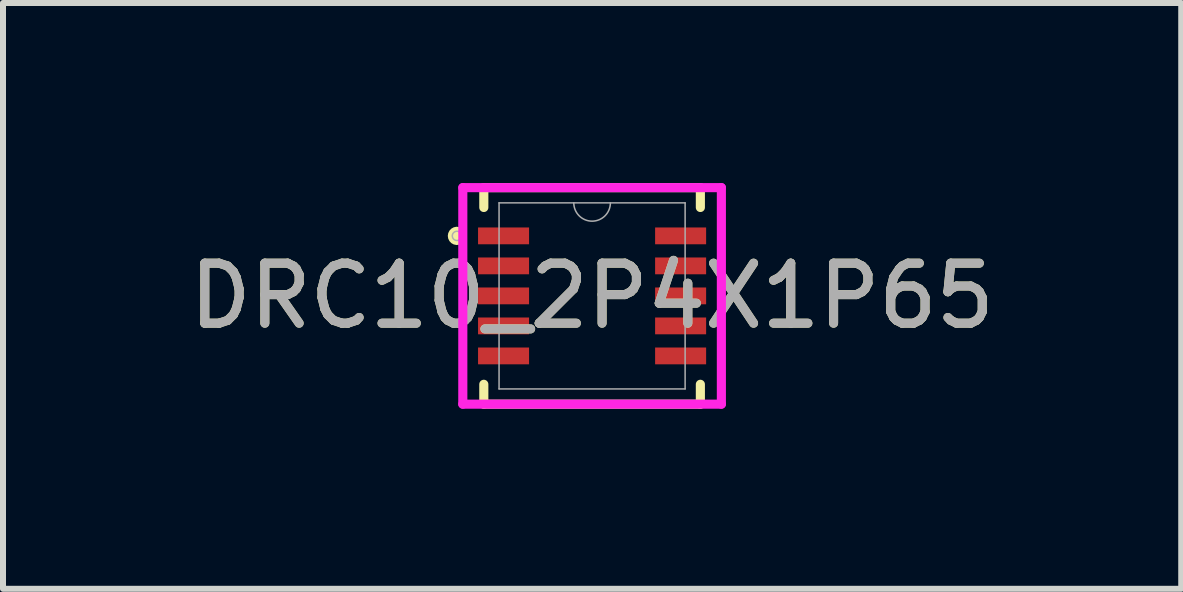
<source format=kicad_pcb>
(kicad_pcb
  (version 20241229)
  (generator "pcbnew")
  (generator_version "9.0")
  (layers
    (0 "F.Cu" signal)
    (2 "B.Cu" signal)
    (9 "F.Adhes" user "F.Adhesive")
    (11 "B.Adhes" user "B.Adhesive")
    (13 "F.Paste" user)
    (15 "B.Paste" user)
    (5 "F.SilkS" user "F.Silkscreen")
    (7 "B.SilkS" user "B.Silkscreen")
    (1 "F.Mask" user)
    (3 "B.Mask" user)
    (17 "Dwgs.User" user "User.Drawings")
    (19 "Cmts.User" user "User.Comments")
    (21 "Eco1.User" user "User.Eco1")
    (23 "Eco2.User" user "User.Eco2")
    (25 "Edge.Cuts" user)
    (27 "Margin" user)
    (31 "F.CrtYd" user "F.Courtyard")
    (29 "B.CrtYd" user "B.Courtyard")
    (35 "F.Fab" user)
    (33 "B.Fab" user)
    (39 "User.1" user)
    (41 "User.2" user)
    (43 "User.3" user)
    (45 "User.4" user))
  (footprint "DRC10_2P4X1P65"
    (layer "F.Cu")
    (at 6.815 1.88)
    (property "Reference" "DRC10_2P4X1P65" (at 0 0 0) (unlocked yes) (layer "F.SilkS") (effects (font (size 1 1) (thickness 0.15))))
    (attr smd)
    (fp_poly (pts (xy -1.935 -1.175) (xy -1.935 -0.825) (xy -1.015 -0.825) (xy -1.015 -1.175)) (stroke (width 0) (type solid)) (fill yes) (layer "F.Mask"))
    (fp_poly (pts (xy -1.935 -0.675) (xy -1.935 -0.325) (xy -1.015 -0.325) (xy -1.015 -0.675)) (stroke (width 0) (type solid)) (fill yes) (layer "F.Mask"))
    (fp_poly (pts (xy -1.935 -0.175) (xy -1.935 0.175) (xy -1.015 0.175) (xy -1.015 -0.175)) (stroke (width 0) (type solid)) (fill yes) (layer "F.Mask"))
    (fp_poly (pts (xy -1.935 0.325) (xy -1.935 0.675) (xy -1.015 0.675) (xy -1.015 0.325)) (stroke (width 0) (type solid)) (fill yes) (layer "F.Mask"))
    (fp_poly (pts (xy -1.935 0.825) (xy -1.935 1.175) (xy -1.015 1.175) (xy -1.015 0.825)) (stroke (width 0) (type solid)) (fill yes) (layer "F.Mask"))
    (fp_poly (pts (xy 1.015 -1.175) (xy 1.015 -0.825) (xy 1.935 -0.825) (xy 1.935 -1.175)) (stroke (width 0) (type solid)) (fill yes) (layer "F.Mask"))
    (fp_poly (pts (xy 1.015 -0.675) (xy 1.015 -0.325) (xy 1.935 -0.325) (xy 1.935 -0.675)) (stroke (width 0) (type solid)) (fill yes) (layer "F.Mask"))
    (fp_poly (pts (xy 1.015 -0.175) (xy 1.015 0.175) (xy 1.935 0.175) (xy 1.935 -0.175)) (stroke (width 0) (type solid)) (fill yes) (layer "F.Mask"))
    (fp_poly (pts (xy 1.015 0.325) (xy 1.015 0.675) (xy 1.935 0.675) (xy 1.935 0.325)) (stroke (width 0) (type solid)) (fill yes) (layer "F.Mask"))
    (fp_poly (pts (xy 1.015 0.825) (xy 1.015 1.175) (xy 1.935 1.175) (xy 1.935 0.825)) (stroke (width 0) (type solid)) (fill yes) (layer "F.Mask"))
    (fp_line (start -1.804 -1.804) (end -1.804 -1.473) (stroke (width 0.152) (type solid)) (layer "F.SilkS"))
    (fp_line (start -1.804 1.473) (end -1.804 1.804) (stroke (width 0.152) (type solid)) (layer "F.SilkS"))
    (fp_line (start -1.804 1.804) (end 1.804 1.804) (stroke (width 0.152) (type solid)) (layer "F.SilkS"))
    (fp_line (start 1.804 -1.804) (end -1.804 -1.804) (stroke (width 0.152) (type solid)) (layer "F.SilkS"))
    (fp_line (start 1.804 -1.473) (end 1.804 -1.804) (stroke (width 0.152) (type solid)) (layer "F.SilkS"))
    (fp_line (start 1.804 1.804) (end 1.804 1.473) (stroke (width 0.152) (type solid)) (layer "F.SilkS"))
    (fp_arc (start -2.232741 -0.926171) (mid -2.3278 -1) (end -2.232741 -1.073829) (stroke (width 0.1524) (type solid)) (layer "F.SilkS"))
    (fp_poly (pts (xy -1.865 -1.105) (xy -1.865 -0.895) (xy -1.085 -0.895) (xy -1.085 -1.105)) (stroke (width 0) (type solid)) (fill yes) (layer "F.Paste"))
    (fp_poly (pts (xy -1.865 -0.605) (xy -1.865 -0.395) (xy -1.085 -0.395) (xy -1.085 -0.605)) (stroke (width 0) (type solid)) (fill yes) (layer "F.Paste"))
    (fp_poly (pts (xy -1.865 -0.105) (xy -1.865 0.105) (xy -1.085 0.105) (xy -1.085 -0.105)) (stroke (width 0) (type solid)) (fill yes) (layer "F.Paste"))
    (fp_poly (pts (xy -1.865 0.395) (xy -1.865 0.605) (xy -1.085 0.605) (xy -1.085 0.395)) (stroke (width 0) (type solid)) (fill yes) (layer "F.Paste"))
    (fp_poly (pts (xy -1.865 0.895) (xy -1.865 1.105) (xy -1.085 1.105) (xy -1.085 0.895)) (stroke (width 0) (type solid)) (fill yes) (layer "F.Paste"))
    (fp_poly (pts (xy 1.085 -1.105) (xy 1.085 -0.895) (xy 1.865 -0.895) (xy 1.865 -1.105)) (stroke (width 0) (type solid)) (fill yes) (layer "F.Paste"))
    (fp_poly (pts (xy 1.085 -0.605) (xy 1.085 -0.395) (xy 1.865 -0.395) (xy 1.865 -0.605)) (stroke (width 0) (type solid)) (fill yes) (layer "F.Paste"))
    (fp_poly (pts (xy 1.085 -0.105) (xy 1.085 0.105) (xy 1.865 0.105) (xy 1.865 -0.105)) (stroke (width 0) (type solid)) (fill yes) (layer "F.Paste"))
    (fp_poly (pts (xy 1.085 0.395) (xy 1.085 0.605) (xy 1.865 0.605) (xy 1.865 0.395)) (stroke (width 0) (type solid)) (fill yes) (layer "F.Paste"))
    (fp_poly (pts (xy 1.085 0.895) (xy 1.085 1.105) (xy 1.865 1.105) (xy 1.865 0.895)) (stroke (width 0) (type solid)) (fill yes) (layer "F.Paste"))
    (fp_line (start -2.154 -1.804) (end 2.154 -1.804) (stroke (width 0.152) (type solid)) (layer "F.CrtYd"))
    (fp_line (start -2.154 1.804) (end -2.154 -1.804) (stroke (width 0.152) (type solid)) (layer "F.CrtYd"))
    (fp_line (start 2.154 -1.804) (end 2.154 1.804) (stroke (width 0.152) (type solid)) (layer "F.CrtYd"))
    (fp_line (start 2.154 1.804) (end -2.154 1.804) (stroke (width 0.152) (type solid)) (layer "F.CrtYd"))
    (fp_line (start -1.55 -1.55) (end -1.55 1.55) (stroke (width 0.025) (type solid)) (layer "F.Fab"))
    (fp_line (start -1.55 1.55) (end 1.55 1.55) (stroke (width 0.025) (type solid)) (layer "F.Fab"))
    (fp_line (start 1.55 -1.55) (end -1.55 -1.55) (stroke (width 0.025) (type solid)) (layer "F.Fab"))
    (fp_line (start 1.55 1.55) (end 1.55 -1.55) (stroke (width 0.025) (type solid)) (layer "F.Fab"))
    (fp_arc (start 0.3048 -1.549999) (mid 0 -1.245199) (end -0.3048 -1.549999) (stroke (width 0.0254) (type solid)) (layer "F.Fab"))
    (fp_circle (center -2.252 -1) (end -2.175 -1) (stroke (width 0.025) (type solid)) (fill no) (layer "F.Fab"))
    (fp_text user "${REFERENCE}" (at 0 0 0) (unlocked yes) (layer "F.Fab") (effects (font (size 1 1) (thickness 0.15))))
    (pad "1" smd rect (at -1.475 -1) (size 0.85 0.28) (layers "F.Cu" "F.Mask"))
    (pad "2" smd rect (at -1.475 -0.5) (size 0.85 0.28) (layers "F.Cu" "F.Mask"))
    (pad "3" smd rect (at -1.475 0) (size 0.85 0.28) (layers "F.Cu" "F.Mask"))
    (pad "4" smd rect (at -1.475 0.5) (size 0.85 0.28) (layers "F.Cu" "F.Mask"))
    (pad "5" smd rect (at -1.475 1) (size 0.85 0.28) (layers "F.Cu" "F.Mask"))
    (pad "6" smd rect (at 1.475 1) (size 0.85 0.28) (layers "F.Cu" "F.Mask"))
    (pad "7" smd rect (at 1.475 0.5) (size 0.85 0.28) (layers "F.Cu" "F.Mask"))
    (pad "8" smd rect (at 1.475 0) (size 0.85 0.28) (layers "F.Cu" "F.Mask"))
    (pad "9" smd rect (at 1.475 -0.5) (size 0.85 0.28) (layers "F.Cu" "F.Mask"))
    (pad "10" smd rect (at 1.475 -1) (size 0.85 0.28) (layers "F.Cu" "F.Mask")))
  (gr_rect
    (start -3 -3)
    (end 16.631 6.76)
    (stroke (width 0.1) (type default))
    (fill no)
    (layer "Edge.Cuts")))
</source>
